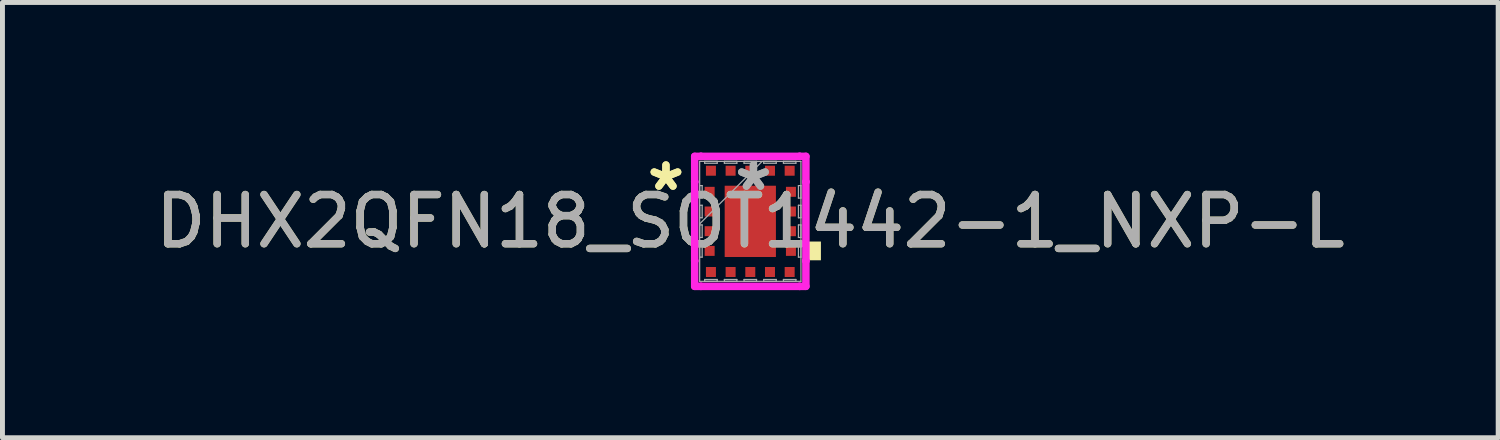
<source format=kicad_pcb>
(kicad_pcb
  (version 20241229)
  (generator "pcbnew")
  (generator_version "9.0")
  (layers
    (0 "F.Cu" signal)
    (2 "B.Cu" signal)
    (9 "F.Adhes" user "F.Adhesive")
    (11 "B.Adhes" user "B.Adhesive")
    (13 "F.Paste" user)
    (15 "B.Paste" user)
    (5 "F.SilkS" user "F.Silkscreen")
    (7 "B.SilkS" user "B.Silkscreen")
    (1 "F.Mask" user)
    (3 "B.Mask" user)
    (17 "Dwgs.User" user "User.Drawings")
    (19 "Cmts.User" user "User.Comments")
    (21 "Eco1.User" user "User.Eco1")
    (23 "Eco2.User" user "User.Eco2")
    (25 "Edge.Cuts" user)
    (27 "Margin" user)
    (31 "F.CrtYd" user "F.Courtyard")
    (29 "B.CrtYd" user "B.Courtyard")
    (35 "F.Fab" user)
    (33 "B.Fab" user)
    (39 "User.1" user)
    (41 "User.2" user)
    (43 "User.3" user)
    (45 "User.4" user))
  (footprint "DHX2QFN18_SOT1442-1_NXP-L"
    (layer "F.Cu")
    (at 12.196 1.448)
    (property "Reference" "DHX2QFN18_SOT1442-1_NXP-L" (at 0 0 0) (unlocked yes) (layer "F.SilkS") (effects (font (size 1 1) (thickness 0.15))))
    (attr smd)
    (fp_poly (pts (xy 1.435 0.41) (xy 1.435 0.791) (xy 1.181 0.791) (xy 1.181 0.41)) (stroke (width 0) (type solid)) (fill yes) (layer "F.SilkS"))
    (fp_line (start -1.13 -1.321) (end -1.003 -1.321) (stroke (width 0.152) (type solid)) (layer "F.CrtYd"))
    (fp_line (start -1.13 -0.803) (end -1.13 -1.321) (stroke (width 0.152) (type solid)) (layer "F.CrtYd"))
    (fp_line (start -1.13 -0.803) (end -1.13 -0.803) (stroke (width 0.152) (type solid)) (layer "F.CrtYd"))
    (fp_line (start -1.13 0.803) (end -1.13 -0.803) (stroke (width 0.152) (type solid)) (layer "F.CrtYd"))
    (fp_line (start -1.13 0.803) (end -1.13 0.803) (stroke (width 0.152) (type solid)) (layer "F.CrtYd"))
    (fp_line (start -1.13 1.321) (end -1.13 0.803) (stroke (width 0.152) (type solid)) (layer "F.CrtYd"))
    (fp_line (start -1.003 -1.321) (end -1.003 -1.321) (stroke (width 0.152) (type solid)) (layer "F.CrtYd"))
    (fp_line (start -1.003 -1.321) (end 1.003 -1.321) (stroke (width 0.152) (type solid)) (layer "F.CrtYd"))
    (fp_line (start -1.003 1.321) (end -1.13 1.321) (stroke (width 0.152) (type solid)) (layer "F.CrtYd"))
    (fp_line (start -1.003 1.321) (end -1.003 1.321) (stroke (width 0.152) (type solid)) (layer "F.CrtYd"))
    (fp_line (start 1.003 -1.321) (end 1.003 -1.321) (stroke (width 0.152) (type solid)) (layer "F.CrtYd"))
    (fp_line (start 1.003 -1.321) (end 1.13 -1.321) (stroke (width 0.152) (type solid)) (layer "F.CrtYd"))
    (fp_line (start 1.003 1.321) (end -1.003 1.321) (stroke (width 0.152) (type solid)) (layer "F.CrtYd"))
    (fp_line (start 1.003 1.321) (end 1.003 1.321) (stroke (width 0.152) (type solid)) (layer "F.CrtYd"))
    (fp_line (start 1.13 -1.321) (end 1.13 -0.803) (stroke (width 0.152) (type solid)) (layer "F.CrtYd"))
    (fp_line (start 1.13 -0.803) (end 1.13 -0.803) (stroke (width 0.152) (type solid)) (layer "F.CrtYd"))
    (fp_line (start 1.13 -0.803) (end 1.13 0.803) (stroke (width 0.152) (type solid)) (layer "F.CrtYd"))
    (fp_line (start 1.13 0.803) (end 1.13 0.803) (stroke (width 0.152) (type solid)) (layer "F.CrtYd"))
    (fp_line (start 1.13 0.803) (end 1.13 1.321) (stroke (width 0.152) (type solid)) (layer "F.CrtYd"))
    (fp_line (start 1.13 1.321) (end 1.003 1.321) (stroke (width 0.152) (type solid)) (layer "F.CrtYd"))
    (fp_line (start -1.029 -1.219) (end -1.029 1.219) (stroke (width 0.025) (type solid)) (layer "F.Fab"))
    (fp_line (start -1.029 -0.727) (end -0.978 -0.727) (stroke (width 0.025) (type solid)) (layer "F.Fab"))
    (fp_line (start -1.029 -0.473) (end -1.029 -0.727) (stroke (width 0.025) (type solid)) (layer "F.Fab"))
    (fp_line (start -1.029 -0.327) (end -0.978 -0.327) (stroke (width 0.025) (type solid)) (layer "F.Fab"))
    (fp_line (start -1.029 -0.073) (end -1.029 -0.327) (stroke (width 0.025) (type solid)) (layer "F.Fab"))
    (fp_line (start -1.029 0.051) (end 0.241 -1.219) (stroke (width 0.025) (type solid)) (layer "F.Fab"))
    (fp_line (start -1.029 0.073) (end -0.978 0.073) (stroke (width 0.025) (type solid)) (layer "F.Fab"))
    (fp_line (start -1.029 0.327) (end -1.029 0.073) (stroke (width 0.025) (type solid)) (layer "F.Fab"))
    (fp_line (start -1.029 0.473) (end -0.978 0.473) (stroke (width 0.025) (type solid)) (layer "F.Fab"))
    (fp_line (start -1.029 0.727) (end -1.029 0.473) (stroke (width 0.025) (type solid)) (layer "F.Fab"))
    (fp_line (start -1.029 1.219) (end 1.029 1.219) (stroke (width 0.025) (type solid)) (layer "F.Fab"))
    (fp_line (start -0.978 -0.727) (end -0.978 -0.473) (stroke (width 0.025) (type solid)) (layer "F.Fab"))
    (fp_line (start -0.978 -0.473) (end -1.029 -0.473) (stroke (width 0.025) (type solid)) (layer "F.Fab"))
    (fp_line (start -0.978 -0.327) (end -0.978 -0.073) (stroke (width 0.025) (type solid)) (layer "F.Fab"))
    (fp_line (start -0.978 -0.073) (end -1.029 -0.073) (stroke (width 0.025) (type solid)) (layer "F.Fab"))
    (fp_line (start -0.978 0.073) (end -0.978 0.327) (stroke (width 0.025) (type solid)) (layer "F.Fab"))
    (fp_line (start -0.978 0.327) (end -1.029 0.327) (stroke (width 0.025) (type solid)) (layer "F.Fab"))
    (fp_line (start -0.978 0.473) (end -0.978 0.727) (stroke (width 0.025) (type solid)) (layer "F.Fab"))
    (fp_line (start -0.978 0.727) (end -1.029 0.727) (stroke (width 0.025) (type solid)) (layer "F.Fab"))
    (fp_line (start -0.927 -1.219) (end -0.673 -1.219) (stroke (width 0.025) (type solid)) (layer "F.Fab"))
    (fp_line (start -0.927 -1.181) (end -0.927 -1.219) (stroke (width 0.025) (type solid)) (layer "F.Fab"))
    (fp_line (start -0.927 1.181) (end -0.673 1.181) (stroke (width 0.025) (type solid)) (layer "F.Fab"))
    (fp_line (start -0.927 1.219) (end -0.927 1.181) (stroke (width 0.025) (type solid)) (layer "F.Fab"))
    (fp_line (start -0.673 -1.219) (end -0.673 -1.181) (stroke (width 0.025) (type solid)) (layer "F.Fab"))
    (fp_line (start -0.673 -1.181) (end -0.927 -1.181) (stroke (width 0.025) (type solid)) (layer "F.Fab"))
    (fp_line (start -0.673 1.181) (end -0.673 1.219) (stroke (width 0.025) (type solid)) (layer "F.Fab"))
    (fp_line (start -0.673 1.219) (end -0.927 1.219) (stroke (width 0.025) (type solid)) (layer "F.Fab"))
    (fp_line (start -0.527 -1.219) (end -0.273 -1.219) (stroke (width 0.025) (type solid)) (layer "F.Fab"))
    (fp_line (start -0.527 -1.181) (end -0.527 -1.219) (stroke (width 0.025) (type solid)) (layer "F.Fab"))
    (fp_line (start -0.527 1.181) (end -0.273 1.181) (stroke (width 0.025) (type solid)) (layer "F.Fab"))
    (fp_line (start -0.527 1.219) (end -0.527 1.181) (stroke (width 0.025) (type solid)) (layer "F.Fab"))
    (fp_line (start -0.273 -1.219) (end -0.273 -1.181) (stroke (width 0.025) (type solid)) (layer "F.Fab"))
    (fp_line (start -0.273 -1.181) (end -0.527 -1.181) (stroke (width 0.025) (type solid)) (layer "F.Fab"))
    (fp_line (start -0.273 1.181) (end -0.273 1.219) (stroke (width 0.025) (type solid)) (layer "F.Fab"))
    (fp_line (start -0.273 1.219) (end -0.527 1.219) (stroke (width 0.025) (type solid)) (layer "F.Fab"))
    (fp_line (start -0.127 -1.219) (end 0.127 -1.219) (stroke (width 0.025) (type solid)) (layer "F.Fab"))
    (fp_line (start -0.127 -1.181) (end -0.127 -1.219) (stroke (width 0.025) (type solid)) (layer "F.Fab"))
    (fp_line (start -0.127 1.181) (end 0.127 1.181) (stroke (width 0.025) (type solid)) (layer "F.Fab"))
    (fp_line (start -0.127 1.219) (end -0.127 1.181) (stroke (width 0.025) (type solid)) (layer "F.Fab"))
    (fp_line (start 0.127 -1.219) (end 0.127 -1.181) (stroke (width 0.025) (type solid)) (layer "F.Fab"))
    (fp_line (start 0.127 -1.181) (end -0.127 -1.181) (stroke (width 0.025) (type solid)) (layer "F.Fab"))
    (fp_line (start 0.127 1.181) (end 0.127 1.219) (stroke (width 0.025) (type solid)) (layer "F.Fab"))
    (fp_line (start 0.127 1.219) (end -0.127 1.219) (stroke (width 0.025) (type solid)) (layer "F.Fab"))
    (fp_line (start 0.273 -1.219) (end 0.527 -1.219) (stroke (width 0.025) (type solid)) (layer "F.Fab"))
    (fp_line (start 0.273 -1.181) (end 0.273 -1.219) (stroke (width 0.025) (type solid)) (layer "F.Fab"))
    (fp_line (start 0.273 1.181) (end 0.527 1.181) (stroke (width 0.025) (type solid)) (layer "F.Fab"))
    (fp_line (start 0.273 1.219) (end 0.273 1.181) (stroke (width 0.025) (type solid)) (layer "F.Fab"))
    (fp_line (start 0.527 -1.219) (end 0.527 -1.181) (stroke (width 0.025) (type solid)) (layer "F.Fab"))
    (fp_line (start 0.527 -1.181) (end 0.273 -1.181) (stroke (width 0.025) (type solid)) (layer "F.Fab"))
    (fp_line (start 0.527 1.181) (end 0.527 1.219) (stroke (width 0.025) (type solid)) (layer "F.Fab"))
    (fp_line (start 0.527 1.219) (end 0.273 1.219) (stroke (width 0.025) (type solid)) (layer "F.Fab"))
    (fp_line (start 0.673 -1.219) (end 0.927 -1.219) (stroke (width 0.025) (type solid)) (layer "F.Fab"))
    (fp_line (start 0.673 -1.181) (end 0.673 -1.219) (stroke (width 0.025) (type solid)) (layer "F.Fab"))
    (fp_line (start 0.673 1.181) (end 0.927 1.181) (stroke (width 0.025) (type solid)) (layer "F.Fab"))
    (fp_line (start 0.673 1.219) (end 0.673 1.181) (stroke (width 0.025) (type solid)) (layer "F.Fab"))
    (fp_line (start 0.927 -1.219) (end 0.927 -1.181) (stroke (width 0.025) (type solid)) (layer "F.Fab"))
    (fp_line (start 0.927 -1.181) (end 0.673 -1.181) (stroke (width 0.025) (type solid)) (layer "F.Fab"))
    (fp_line (start 0.927 1.181) (end 0.927 1.219) (stroke (width 0.025) (type solid)) (layer "F.Fab"))
    (fp_line (start 0.927 1.219) (end 0.673 1.219) (stroke (width 0.025) (type solid)) (layer "F.Fab"))
    (fp_line (start 0.978 -0.727) (end 1.029 -0.727) (stroke (width 0.025) (type solid)) (layer "F.Fab"))
    (fp_line (start 0.978 -0.473) (end 0.978 -0.727) (stroke (width 0.025) (type solid)) (layer "F.Fab"))
    (fp_line (start 0.978 -0.327) (end 1.029 -0.327) (stroke (width 0.025) (type solid)) (layer "F.Fab"))
    (fp_line (start 0.978 -0.073) (end 0.978 -0.327) (stroke (width 0.025) (type solid)) (layer "F.Fab"))
    (fp_line (start 0.978 0.073) (end 1.029 0.073) (stroke (width 0.025) (type solid)) (layer "F.Fab"))
    (fp_line (start 0.978 0.327) (end 0.978 0.073) (stroke (width 0.025) (type solid)) (layer "F.Fab"))
    (fp_line (start 0.978 0.473) (end 1.029 0.473) (stroke (width 0.025) (type solid)) (layer "F.Fab"))
    (fp_line (start 0.978 0.727) (end 0.978 0.473) (stroke (width 0.025) (type solid)) (layer "F.Fab"))
    (fp_line (start 1.029 -1.219) (end -1.029 -1.219) (stroke (width 0.025) (type solid)) (layer "F.Fab"))
    (fp_line (start 1.029 -0.727) (end 1.029 -0.473) (stroke (width 0.025) (type solid)) (layer "F.Fab"))
    (fp_line (start 1.029 -0.473) (end 0.978 -0.473) (stroke (width 0.025) (type solid)) (layer "F.Fab"))
    (fp_line (start 1.029 -0.327) (end 1.029 -0.073) (stroke (width 0.025) (type solid)) (layer "F.Fab"))
    (fp_line (start 1.029 -0.073) (end 0.978 -0.073) (stroke (width 0.025) (type solid)) (layer "F.Fab"))
    (fp_line (start 1.029 0.073) (end 1.029 0.327) (stroke (width 0.025) (type solid)) (layer "F.Fab"))
    (fp_line (start 1.029 0.327) (end 0.978 0.327) (stroke (width 0.025) (type solid)) (layer "F.Fab"))
    (fp_line (start 1.029 0.473) (end 1.029 0.727) (stroke (width 0.025) (type solid)) (layer "F.Fab"))
    (fp_line (start 1.029 0.727) (end 0.978 0.727) (stroke (width 0.025) (type solid)) (layer "F.Fab"))
    (fp_line (start 1.029 1.219) (end 1.029 -1.219) (stroke (width 0.025) (type solid)) (layer "F.Fab"))
    (fp_text user "*" (at -1.714 -0.6 0) (layer "F.SilkS") (effects (font (size 1 1) (thickness 0.15))))
    (fp_text user "*" (at -1.714 -0.6 0) (unlocked yes) (layer "F.SilkS") (effects (font (size 1 1) (thickness 0.15))))
    (fp_text user "${REFERENCE}" (at 0 0 0) (unlocked yes) (layer "F.Fab") (effects (font (size 1 1) (thickness 0.15))))
    (fp_text user "*" (at 0.064 -0.6 0) (layer "F.Fab") (effects (font (size 1 1) (thickness 0.15))))
    (fp_text user "*" (at 0.064 -0.6 0) (unlocked yes) (layer "F.Fab") (effects (font (size 1 1) (thickness 0.15))))
    (pad "1" smd rect (at -0.826 -0.6 90) (size 0.203 0.203) (layers "F.Cu" "F.Mask" "F.Paste"))
    (pad "2" smd rect (at -0.826 -0.2 90) (size 0.203 0.203) (layers "F.Cu" "F.Mask" "F.Paste"))
    (pad "3" smd rect (at -0.826 0.2 90) (size 0.203 0.203) (layers "F.Cu" "F.Mask" "F.Paste"))
    (pad "4" smd rect (at -0.826 0.6 90) (size 0.203 0.203) (layers "F.Cu" "F.Mask" "F.Paste"))
    (pad "5" smd rect (at -0.8 1.029) (size 0.203 0.203) (layers "F.Cu" "F.Mask" "F.Paste"))
    (pad "6" smd rect (at -0.4 1.029) (size 0.203 0.203) (layers "F.Cu" "F.Mask" "F.Paste"))
    (pad "7" smd rect (at 0 1.029) (size 0.203 0.203) (layers "F.Cu" "F.Mask" "F.Paste"))
    (pad "8" smd rect (at 0.4 1.029) (size 0.203 0.203) (layers "F.Cu" "F.Mask" "F.Paste"))
    (pad "9" smd rect (at 0.8 1.029) (size 0.203 0.203) (layers "F.Cu" "F.Mask" "F.Paste"))
    (pad "10" smd rect (at 0.826 0.6 90) (size 0.203 0.203) (layers "F.Cu" "F.Mask" "F.Paste"))
    (pad "11" smd rect (at 0.826 0.2 90) (size 0.203 0.203) (layers "F.Cu" "F.Mask" "F.Paste"))
    (pad "12" smd rect (at 0.826 -0.2 90) (size 0.203 0.203) (layers "F.Cu" "F.Mask" "F.Paste"))
    (pad "13" smd rect (at 0.826 -0.6 90) (size 0.203 0.203) (layers "F.Cu" "F.Mask" "F.Paste"))
    (pad "14" smd rect (at 0.8 -1.029) (size 0.203 0.203) (layers "F.Cu" "F.Mask" "F.Paste"))
    (pad "15" smd rect (at 0.4 -1.029) (size 0.203 0.203) (layers "F.Cu" "F.Mask" "F.Paste"))
    (pad "16" smd rect (at 0 -1.029) (size 0.203 0.203) (layers "F.Cu" "F.Mask" "F.Paste"))
    (pad "17" smd rect (at -0.4 -1.029) (size 0.203 0.203) (layers "F.Cu" "F.Mask" "F.Paste"))
    (pad "18" smd rect (at -0.8 -1.029) (size 0.203 0.203) (layers "F.Cu" "F.Mask" "F.Paste"))
    (pad "19" smd rect (at 0 0) (size 1.041 1.448) (layers "F.Cu" "F.Mask" "F.Paste")))
  (gr_rect
    (start -3 -3)
    (end 27.393 5.845)
    (stroke (width 0.1) (type default))
    (fill no)
    (layer "Edge.Cuts")))
</source>
